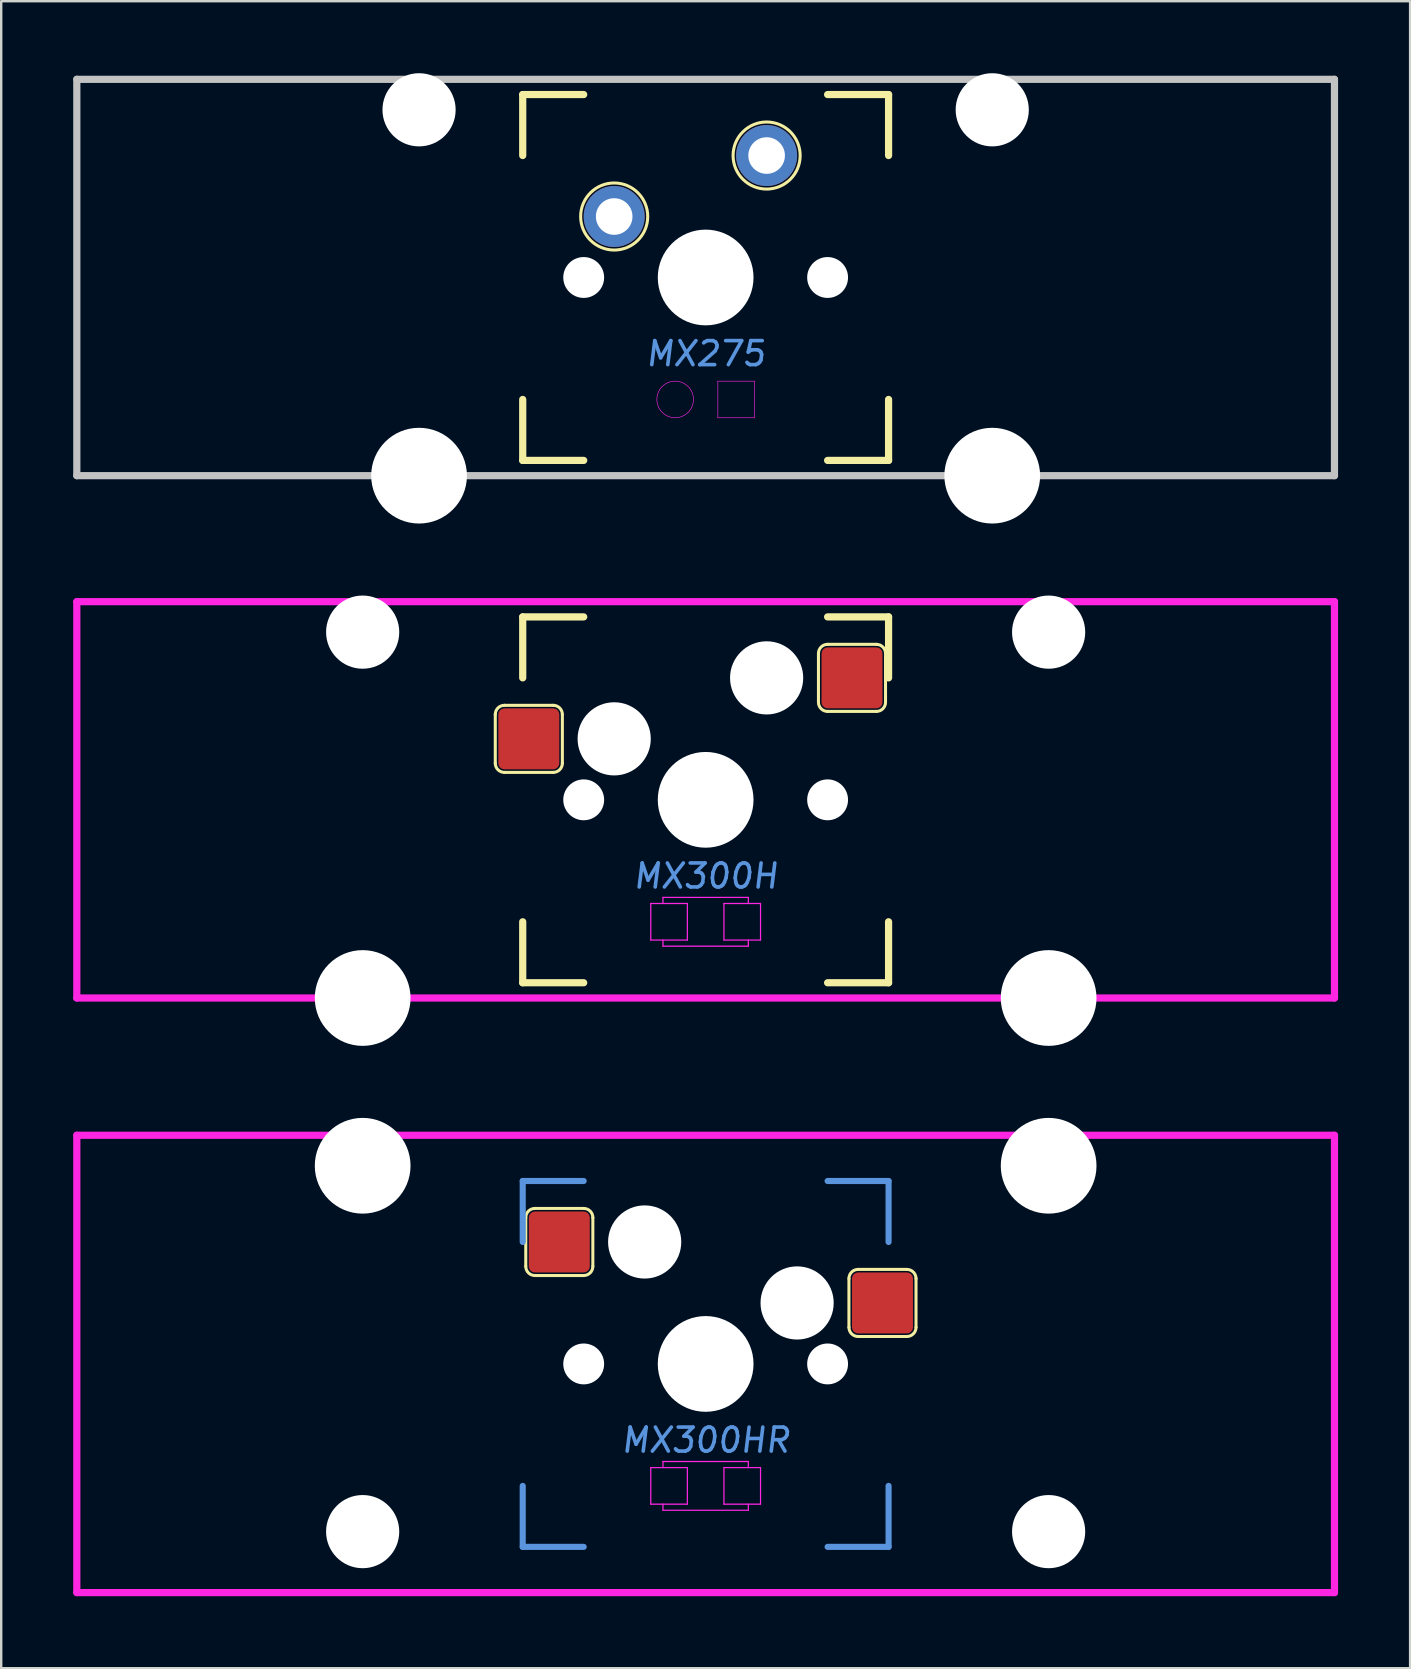
<source format=kicad_pcb>
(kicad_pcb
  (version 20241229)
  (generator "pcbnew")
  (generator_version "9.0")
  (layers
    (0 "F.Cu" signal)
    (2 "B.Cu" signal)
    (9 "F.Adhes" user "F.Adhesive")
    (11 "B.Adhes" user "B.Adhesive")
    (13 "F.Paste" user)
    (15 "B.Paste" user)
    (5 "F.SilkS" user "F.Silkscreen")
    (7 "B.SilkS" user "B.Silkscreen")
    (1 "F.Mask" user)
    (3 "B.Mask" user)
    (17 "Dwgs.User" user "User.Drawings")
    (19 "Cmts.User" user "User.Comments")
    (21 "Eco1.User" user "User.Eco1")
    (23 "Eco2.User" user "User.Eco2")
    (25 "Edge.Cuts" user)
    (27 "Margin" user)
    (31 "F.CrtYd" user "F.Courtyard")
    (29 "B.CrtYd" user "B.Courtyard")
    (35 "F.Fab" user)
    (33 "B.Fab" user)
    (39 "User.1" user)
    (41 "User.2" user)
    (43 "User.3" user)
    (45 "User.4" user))
  (footprint "MX300H"
    (layer "F.Cu")
    (at 26.344 30.267)
    (property "Reference" "MX300H" (at 0 3.175 0) (layer "Cmts.User") (effects (font (size 1 1) (thickness 0.15) (italic yes))))
    (attr through_hole)
    (fp_line (start -8.763 -3.556) (end -8.763 -1.524) (stroke (width 0.127) (type solid)) (layer "F.SilkS"))
    (fp_line (start -8.382 -1.143) (end -6.35 -1.143) (stroke (width 0.127) (type solid)) (layer "F.SilkS"))
    (fp_line (start -7.62 -7.62) (end -7.62 -5.08) (stroke (width 0.3) (type solid)) (layer "F.SilkS"))
    (fp_line (start -7.62 -7.62) (end -5.08 -7.62) (stroke (width 0.3) (type solid)) (layer "F.SilkS"))
    (fp_line (start -7.62 7.62) (end -7.62 5.08) (stroke (width 0.3) (type solid)) (layer "F.SilkS"))
    (fp_line (start -7.62 7.62) (end -5.08 7.62) (stroke (width 0.3) (type solid)) (layer "F.SilkS"))
    (fp_line (start -6.35 -3.937) (end -8.382 -3.937) (stroke (width 0.127) (type solid)) (layer "F.SilkS"))
    (fp_line (start -5.969 -1.524) (end -5.969 -3.556) (stroke (width 0.127) (type solid)) (layer "F.SilkS"))
    (fp_line (start 4.699 -6.096) (end 4.699 -4.064) (stroke (width 0.127) (type solid)) (layer "F.SilkS"))
    (fp_line (start 5.08 -3.683) (end 7.112 -3.683) (stroke (width 0.127) (type solid)) (layer "F.SilkS"))
    (fp_line (start 7.112 -6.477) (end 5.08 -6.477) (stroke (width 0.127) (type solid)) (layer "F.SilkS"))
    (fp_line (start 7.493 -4.064) (end 7.493 -6.096) (stroke (width 0.127) (type solid)) (layer "F.SilkS"))
    (fp_line (start 7.62 -7.62) (end 5.08 -7.62) (stroke (width 0.3) (type solid)) (layer "F.SilkS"))
    (fp_line (start 7.62 -7.62) (end 7.62 -5.08) (stroke (width 0.3) (type solid)) (layer "F.SilkS"))
    (fp_line (start 7.62 7.62) (end 5.08 7.62) (stroke (width 0.3) (type solid)) (layer "F.SilkS"))
    (fp_line (start 7.62 7.62) (end 7.62 5.08) (stroke (width 0.3) (type solid)) (layer "F.SilkS"))
    (fp_arc (start -8.763 -3.556) (mid -8.651408 -3.825408) (end -8.382 -3.937) (stroke (width 0.127) (type solid)) (layer "F.SilkS"))
    (fp_arc (start -8.382 -1.143) (mid -8.651408 -1.254592) (end -8.763 -1.524) (stroke (width 0.127) (type solid)) (layer "F.SilkS"))
    (fp_arc (start -6.35 -3.937) (mid -6.080592 -3.825408) (end -5.969 -3.556) (stroke (width 0.127) (type solid)) (layer "F.SilkS"))
    (fp_arc (start -5.969 -1.524) (mid -6.080592 -1.254592) (end -6.35 -1.143) (stroke (width 0.127) (type solid)) (layer "F.SilkS"))
    (fp_arc (start 4.699 -6.096) (mid 4.810592 -6.365408) (end 5.08 -6.477) (stroke (width 0.127) (type solid)) (layer "F.SilkS"))
    (fp_arc (start 5.08 -3.683) (mid 4.810592 -3.794592) (end 4.699 -4.064) (stroke (width 0.127) (type solid)) (layer "F.SilkS"))
    (fp_arc (start 7.112 -6.477) (mid 7.381408 -6.365408) (end 7.493 -6.096) (stroke (width 0.127) (type solid)) (layer "F.SilkS"))
    (fp_arc (start 7.493 -4.064) (mid 7.381408 -3.794592) (end 7.112 -3.683) (stroke (width 0.127) (type solid)) (layer "F.SilkS"))
    (fp_line (start -26.194 -8.255) (end -26.194 8.255) (stroke (width 0.3) (type solid)) (layer "F.CrtYd"))
    (fp_line (start -26.194 -8.255) (end 26.194 -8.255) (stroke (width 0.3) (type solid)) (layer "F.CrtYd"))
    (fp_line (start -26.194 8.255) (end 26.194 8.255) (stroke (width 0.3) (type solid)) (layer "F.CrtYd"))
    (fp_line (start -2.286 4.318) (end -0.762 4.318) (stroke (width 0.051) (type solid)) (layer "F.CrtYd"))
    (fp_line (start -2.286 5.842) (end -2.286 4.318) (stroke (width 0.051) (type solid)) (layer "F.CrtYd"))
    (fp_line (start -1.778 4.064) (end 1.778 4.064) (stroke (width 0.051) (type solid)) (layer "F.CrtYd"))
    (fp_line (start -1.778 4.318) (end -1.778 4.064) (stroke (width 0.051) (type solid)) (layer "F.CrtYd"))
    (fp_line (start -1.778 6.096) (end -1.778 5.842) (stroke (width 0.051) (type solid)) (layer "F.CrtYd"))
    (fp_line (start -0.762 4.318) (end -0.762 5.842) (stroke (width 0.051) (type solid)) (layer "F.CrtYd"))
    (fp_line (start -0.762 5.842) (end -2.286 5.842) (stroke (width 0.051) (type solid)) (layer "F.CrtYd"))
    (fp_line (start 0.762 4.318) (end 0.762 5.842) (stroke (width 0.051) (type solid)) (layer "F.CrtYd"))
    (fp_line (start 0.762 5.842) (end 2.286 5.842) (stroke (width 0.051) (type solid)) (layer "F.CrtYd"))
    (fp_line (start 1.778 4.064) (end 1.778 4.318) (stroke (width 0.051) (type solid)) (layer "F.CrtYd"))
    (fp_line (start 1.778 5.842) (end 1.778 6.096) (stroke (width 0.051) (type solid)) (layer "F.CrtYd"))
    (fp_line (start 1.778 6.096) (end -1.778 6.096) (stroke (width 0.051) (type solid)) (layer "F.CrtYd"))
    (fp_line (start 2.286 4.318) (end 0.762 4.318) (stroke (width 0.051) (type solid)) (layer "F.CrtYd"))
    (fp_line (start 2.286 5.842) (end 2.286 4.318) (stroke (width 0.051) (type solid)) (layer "F.CrtYd"))
    (fp_line (start 26.194 -8.255) (end 26.194 8.255) (stroke (width 0.3) (type solid)) (layer "F.CrtYd"))
    (pad "" np_thru_hole circle (at -14.287 -6.985) (size 3.048 3.048) (drill 3.048) (layers "*.Cu" "*.Mask"))
    (pad "" np_thru_hole circle (at -14.287 8.255) (size 3.988 3.988) (drill 3.988) (layers "*.Cu" "*.Mask"))
    (pad "" np_thru_hole circle (at -5.08 0) (size 1.702 1.702) (drill 1.702) (layers "*.Cu" "*.Mask"))
    (pad "" np_thru_hole circle (at -3.81 -2.54) (size 3.048 3.048) (drill 3.048) (layers "*.Cu" "*.Mask"))
    (pad "" np_thru_hole circle (at 0 0) (size 3.988 3.988) (drill 3.988) (layers "*.Cu" "*.Mask"))
    (pad "" np_thru_hole circle (at 2.54 -5.08) (size 3.048 3.048) (drill 3.048) (layers "*.Cu" "*.Mask"))
    (pad "" np_thru_hole circle (at 5.08 0) (size 1.702 1.702) (drill 1.702) (layers "*.Cu" "*.Mask"))
    (pad "" np_thru_hole circle (at 14.287 -6.985) (size 3.048 3.048) (drill 3.048) (layers "*.Cu" "*.Mask"))
    (pad "" np_thru_hole circle (at 14.287 8.255) (size 3.988 3.988) (drill 3.988) (layers "*.Cu" "*.Mask"))
    (pad "1" smd roundrect (at -7.366 -2.54) (size 2.54 2.54) (layers "F.Cu" "F.Mask" "F.Paste") (roundrect_rratio 0.1))
    (pad "2" smd roundrect (at 6.096 -5.08) (size 2.54 2.54) (layers "F.Cu" "F.Mask" "F.Paste") (roundrect_rratio 0.1)))
  (footprint "MX300HR"
    (layer "F.Cu")
    (at 26.344 53.765)
    (property "Reference" "MX300HR" (at 0 3.175 0) (layer "Cmts.User") (effects (font (size 1 1) (thickness 0.15) (italic yes))))
    (attr through_hole)
    (fp_line (start -7.493 -6.096) (end -7.493 -4.064) (stroke (width 0.127) (type solid)) (layer "F.SilkS"))
    (fp_line (start -7.112 -3.683) (end -5.08 -3.683) (stroke (width 0.127) (type solid)) (layer "F.SilkS"))
    (fp_line (start -5.08 -6.477) (end -7.112 -6.477) (stroke (width 0.127) (type solid)) (layer "F.SilkS"))
    (fp_line (start -4.699 -4.064) (end -4.699 -6.096) (stroke (width 0.127) (type solid)) (layer "F.SilkS"))
    (fp_line (start 5.969 -3.556) (end 5.969 -1.524) (stroke (width 0.127) (type solid)) (layer "F.SilkS"))
    (fp_line (start 6.35 -1.143) (end 8.382 -1.143) (stroke (width 0.127) (type solid)) (layer "F.SilkS"))
    (fp_line (start 8.382 -3.937) (end 6.35 -3.937) (stroke (width 0.127) (type solid)) (layer "F.SilkS"))
    (fp_line (start 8.763 -1.524) (end 8.763 -3.556) (stroke (width 0.127) (type solid)) (layer "F.SilkS"))
    (fp_arc (start -7.493 -6.096) (mid -7.381408 -6.365408) (end -7.112 -6.477) (stroke (width 0.127) (type solid)) (layer "F.SilkS"))
    (fp_arc (start -7.112 -3.683) (mid -7.381408 -3.794592) (end -7.493 -4.064) (stroke (width 0.127) (type solid)) (layer "F.SilkS"))
    (fp_arc (start -5.08 -6.477) (mid -4.810592 -6.365408) (end -4.699 -6.096) (stroke (width 0.127) (type solid)) (layer "F.SilkS"))
    (fp_arc (start -4.699 -4.064) (mid -4.810592 -3.794592) (end -5.08 -3.683) (stroke (width 0.127) (type solid)) (layer "F.SilkS"))
    (fp_arc (start 5.969 -3.556) (mid 6.080592 -3.825408) (end 6.35 -3.937) (stroke (width 0.127) (type solid)) (layer "F.SilkS"))
    (fp_arc (start 6.35 -1.143) (mid 6.080592 -1.254592) (end 5.969 -1.524) (stroke (width 0.127) (type solid)) (layer "F.SilkS"))
    (fp_arc (start 8.382 -3.937) (mid 8.651408 -3.825408) (end 8.763 -3.556) (stroke (width 0.127) (type solid)) (layer "F.SilkS"))
    (fp_arc (start 8.763 -1.524) (mid 8.651408 -1.254592) (end 8.382 -1.143) (stroke (width 0.127) (type solid)) (layer "F.SilkS"))
    (fp_line (start -7.62 -7.62) (end -7.62 -5.08) (stroke (width 0.254) (type solid)) (layer "Cmts.User"))
    (fp_line (start -7.62 -7.62) (end -5.08 -7.62) (stroke (width 0.254) (type solid)) (layer "Cmts.User"))
    (fp_line (start -7.62 7.62) (end -7.62 5.08) (stroke (width 0.254) (type solid)) (layer "Cmts.User"))
    (fp_line (start -7.62 7.62) (end -5.08 7.62) (stroke (width 0.254) (type solid)) (layer "Cmts.User"))
    (fp_line (start 7.62 -7.62) (end 5.08 -7.62) (stroke (width 0.254) (type solid)) (layer "Cmts.User"))
    (fp_line (start 7.62 -7.62) (end 7.62 -5.08) (stroke (width 0.254) (type solid)) (layer "Cmts.User"))
    (fp_line (start 7.62 7.62) (end 5.08 7.62) (stroke (width 0.254) (type solid)) (layer "Cmts.User"))
    (fp_line (start 7.62 7.62) (end 7.62 5.08) (stroke (width 0.254) (type solid)) (layer "Cmts.User"))
    (fp_line (start -26.194 -9.525) (end -26.194 9.525) (stroke (width 0.3) (type solid)) (layer "F.CrtYd"))
    (fp_line (start -26.194 -9.525) (end 26.194 -9.525) (stroke (width 0.3) (type solid)) (layer "F.CrtYd"))
    (fp_line (start -26.194 9.525) (end 26.194 9.525) (stroke (width 0.3) (type solid)) (layer "F.CrtYd"))
    (fp_line (start -2.286 4.318) (end -0.762 4.318) (stroke (width 0.051) (type solid)) (layer "F.CrtYd"))
    (fp_line (start -2.286 5.842) (end -2.286 4.318) (stroke (width 0.051) (type solid)) (layer "F.CrtYd"))
    (fp_line (start -1.778 4.064) (end 1.778 4.064) (stroke (width 0.051) (type solid)) (layer "F.CrtYd"))
    (fp_line (start -1.778 4.318) (end -1.778 4.064) (stroke (width 0.051) (type solid)) (layer "F.CrtYd"))
    (fp_line (start -1.778 6.096) (end -1.778 5.842) (stroke (width 0.051) (type solid)) (layer "F.CrtYd"))
    (fp_line (start -0.762 4.318) (end -0.762 5.842) (stroke (width 0.051) (type solid)) (layer "F.CrtYd"))
    (fp_line (start -0.762 5.842) (end -2.286 5.842) (stroke (width 0.051) (type solid)) (layer "F.CrtYd"))
    (fp_line (start 0.762 4.318) (end 0.762 5.842) (stroke (width 0.051) (type solid)) (layer "F.CrtYd"))
    (fp_line (start 0.762 5.842) (end 2.286 5.842) (stroke (width 0.051) (type solid)) (layer "F.CrtYd"))
    (fp_line (start 1.778 4.064) (end 1.778 4.318) (stroke (width 0.051) (type solid)) (layer "F.CrtYd"))
    (fp_line (start 1.778 5.842) (end 1.778 6.096) (stroke (width 0.051) (type solid)) (layer "F.CrtYd"))
    (fp_line (start 1.778 6.096) (end -1.778 6.096) (stroke (width 0.051) (type solid)) (layer "F.CrtYd"))
    (fp_line (start 2.286 4.318) (end 0.762 4.318) (stroke (width 0.051) (type solid)) (layer "F.CrtYd"))
    (fp_line (start 2.286 5.842) (end 2.286 4.318) (stroke (width 0.051) (type solid)) (layer "F.CrtYd"))
    (fp_line (start 26.194 -9.525) (end 26.194 9.525) (stroke (width 0.3) (type solid)) (layer "F.CrtYd"))
    (pad "" np_thru_hole circle (at -14.287 -8.255) (size 3.988 3.988) (drill 3.988) (layers "*.Cu" "*.Mask"))
    (pad "" np_thru_hole circle (at -14.287 6.985) (size 3.048 3.048) (drill 3.048) (layers "*.Cu" "*.Mask"))
    (pad "" np_thru_hole circle (at -5.08 0) (size 1.702 1.702) (drill 1.702) (layers "*.Cu" "*.Mask"))
    (pad "" np_thru_hole circle (at -2.54 -5.08) (size 3.048 3.048) (drill 3.048) (layers "*.Cu" "*.Mask"))
    (pad "" np_thru_hole circle (at 0 0) (size 3.988 3.988) (drill 3.988) (layers "*.Cu" "*.Mask"))
    (pad "" np_thru_hole circle (at 3.81 -2.54) (size 3.048 3.048) (drill 3.048) (layers "*.Cu" "*.Mask"))
    (pad "" np_thru_hole circle (at 5.08 0) (size 1.702 1.702) (drill 1.702) (layers "*.Cu" "*.Mask"))
    (pad "" np_thru_hole circle (at 14.287 -8.255) (size 3.988 3.988) (drill 3.988) (layers "*.Cu" "*.Mask"))
    (pad "" np_thru_hole circle (at 14.287 6.985) (size 3.048 3.048) (drill 3.048) (layers "*.Cu" "*.Mask"))
    (pad "1" smd roundrect (at -6.096 -5.08) (size 2.54 2.54) (layers "F.Cu" "F.Mask" "F.Paste") (roundrect_rratio 0.1))
    (pad "2" smd roundrect (at 7.366 -2.54) (size 2.54 2.54) (layers "F.Cu" "F.Mask" "F.Paste") (roundrect_rratio 0.1)))
  (footprint "MX275"
    (layer "F.Cu")
    (at 26.344 8.509)
    (property "Reference" "MX275" (at 0 3.175 0) (layer "Cmts.User") (effects (font (size 1 1) (thickness 0.15) (italic yes))))
    (attr through_hole)
    (fp_line (start -7.62 -7.62) (end -7.62 -5.08) (stroke (width 0.3) (type solid)) (layer "F.SilkS"))
    (fp_line (start -7.62 -7.62) (end -5.08 -7.62) (stroke (width 0.3) (type solid)) (layer "F.SilkS"))
    (fp_line (start -7.62 7.62) (end -7.62 5.08) (stroke (width 0.3) (type solid)) (layer "F.SilkS"))
    (fp_line (start -7.62 7.62) (end -5.08 7.62) (stroke (width 0.3) (type solid)) (layer "F.SilkS"))
    (fp_line (start 7.62 -7.62) (end 5.08 -7.62) (stroke (width 0.3) (type solid)) (layer "F.SilkS"))
    (fp_line (start 7.62 -7.62) (end 7.62 -5.08) (stroke (width 0.3) (type solid)) (layer "F.SilkS"))
    (fp_line (start 7.62 7.62) (end 5.08 7.62) (stroke (width 0.3) (type solid)) (layer "F.SilkS"))
    (fp_line (start 7.62 7.62) (end 7.62 5.08) (stroke (width 0.3) (type solid)) (layer "F.SilkS"))
    (fp_circle (center -3.81 -2.54) (end -2.413 -2.54) (stroke (width 0.127) (type solid)) (fill no) (layer "F.SilkS"))
    (fp_circle (center 2.54 -5.08) (end 3.937 -5.08) (stroke (width 0.127) (type solid)) (fill no) (layer "F.SilkS"))
    (fp_line (start -26.194 -8.255) (end -26.194 8.255) (stroke (width 0.3) (type solid)) (layer "Dwgs.User"))
    (fp_line (start -26.194 -8.255) (end 26.194 -8.255) (stroke (width 0.3) (type solid)) (layer "Dwgs.User"))
    (fp_line (start -26.194 8.255) (end 26.194 8.255) (stroke (width 0.3) (type solid)) (layer "Dwgs.User"))
    (fp_line (start 26.194 -8.255) (end 26.194 8.255) (stroke (width 0.3) (type solid)) (layer "Dwgs.User"))
    (fp_line (start 0.508 4.318) (end 2.032 4.318) (stroke (width 0.025) (type solid)) (layer "F.CrtYd"))
    (fp_line (start 0.508 5.842) (end 0.508 4.318) (stroke (width 0.025) (type solid)) (layer "F.CrtYd"))
    (fp_line (start 2.032 4.318) (end 2.032 5.842) (stroke (width 0.025) (type solid)) (layer "F.CrtYd"))
    (fp_line (start 2.032 5.842) (end 0.508 5.842) (stroke (width 0.025) (type solid)) (layer "F.CrtYd"))
    (fp_circle (center -1.27 5.08) (end -0.508 5.08) (stroke (width 0.025) (type solid)) (fill no) (layer "F.CrtYd"))
    (pad "" np_thru_hole circle (at -11.938 -6.985) (size 3.048 3.048) (drill 3.048) (layers "*.Cu" "*.Mask"))
    (pad "" np_thru_hole circle (at -11.938 8.255) (size 3.988 3.988) (drill 3.988) (layers "*.Cu" "*.Mask"))
    (pad "" np_thru_hole circle (at -5.08 0) (size 1.702 1.702) (drill 1.702) (layers "*.Cu" "*.Mask"))
    (pad "" np_thru_hole circle (at 0 0) (size 3.988 3.988) (drill 3.988) (layers "*.Cu" "*.Mask"))
    (pad "" np_thru_hole circle (at 5.08 0) (size 1.702 1.702) (drill 1.702) (layers "*.Cu" "*.Mask"))
    (pad "" np_thru_hole circle (at 11.938 -6.985) (size 3.048 3.048) (drill 3.048) (layers "*.Cu" "*.Mask"))
    (pad "" np_thru_hole circle (at 11.938 8.255) (size 3.988 3.988) (drill 3.988) (layers "*.Cu" "*.Mask"))
    (pad "1" thru_hole circle (at -3.81 -2.54) (size 2.54 2.54) (drill 1.524) (layers "*.Cu" "*.Mask"))
    (pad "2" thru_hole circle (at 2.54 -5.08) (size 2.54 2.54) (drill 1.524) (layers "*.Cu" "*.Mask")))
  (gr_rect
    (start -3 -3)
    (end 55.688 66.44)
    (stroke (width 0.1) (type default))
    (fill no)
    (layer "Edge.Cuts")))
</source>
